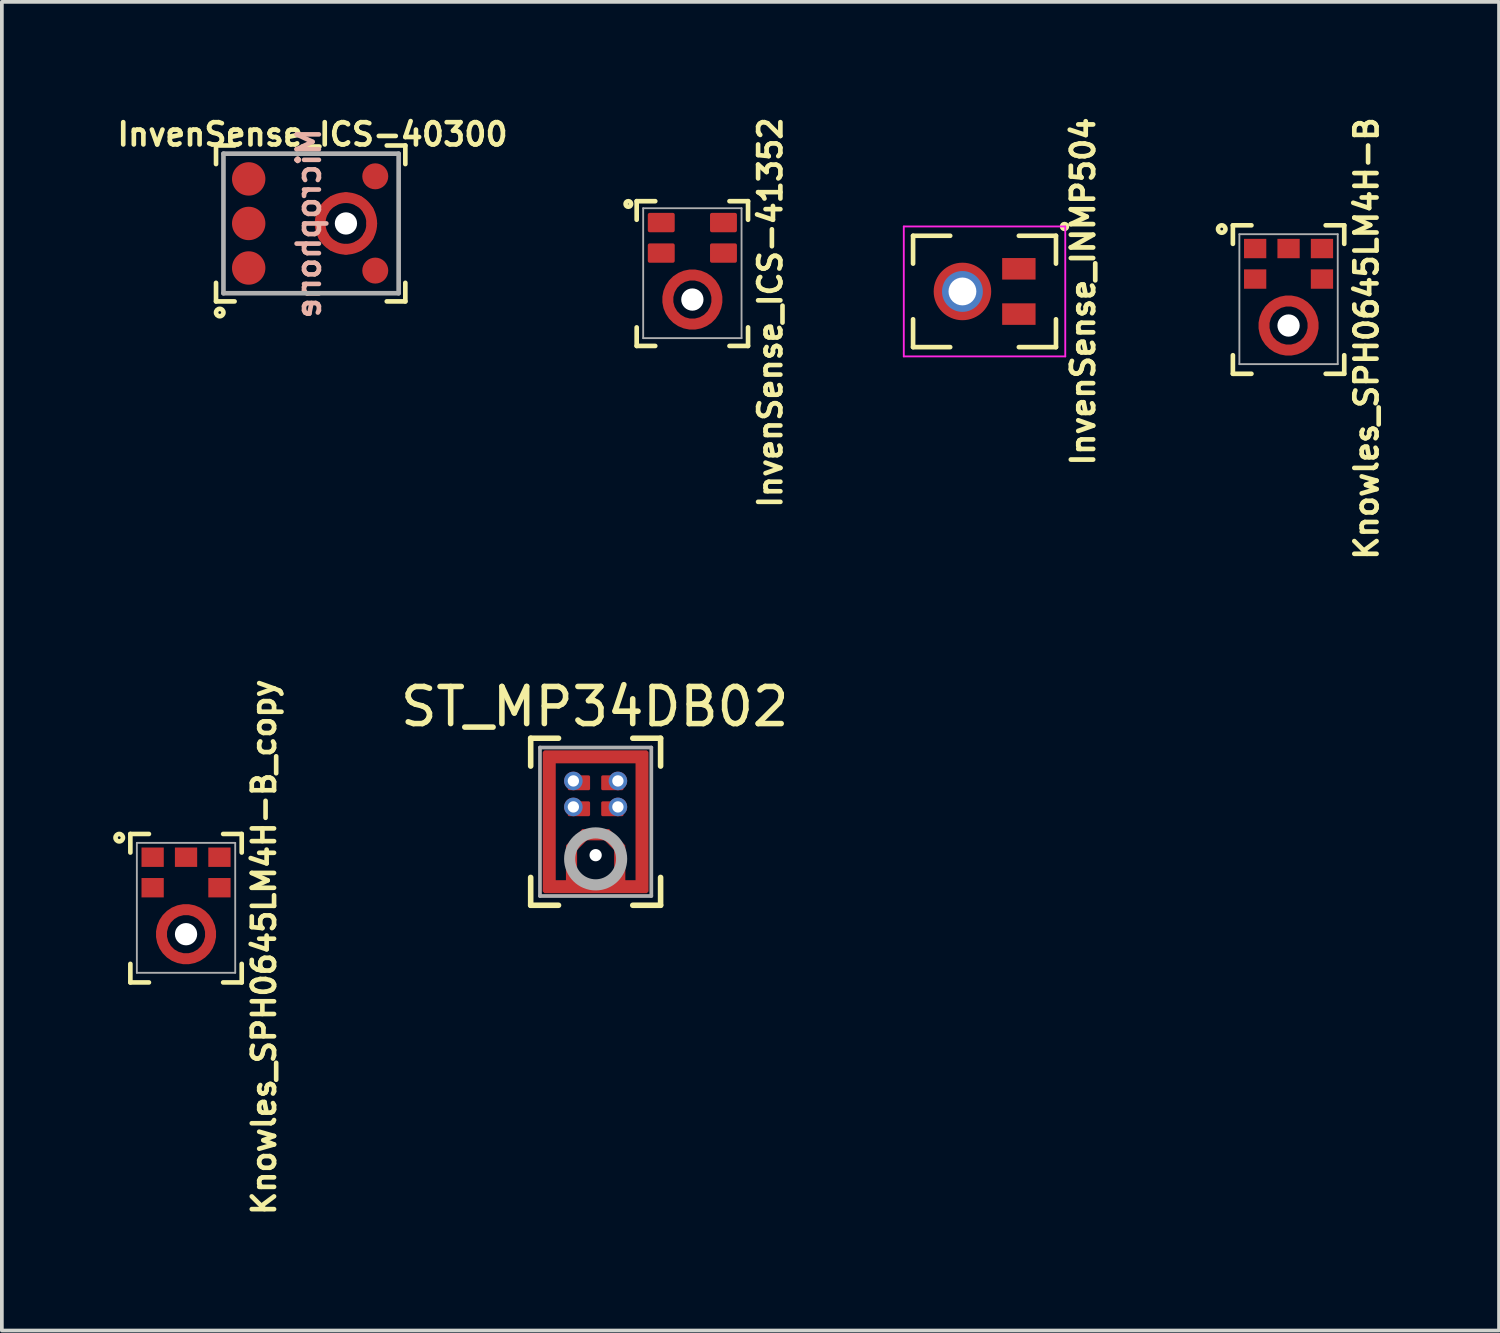
<source format=kicad_pcb>
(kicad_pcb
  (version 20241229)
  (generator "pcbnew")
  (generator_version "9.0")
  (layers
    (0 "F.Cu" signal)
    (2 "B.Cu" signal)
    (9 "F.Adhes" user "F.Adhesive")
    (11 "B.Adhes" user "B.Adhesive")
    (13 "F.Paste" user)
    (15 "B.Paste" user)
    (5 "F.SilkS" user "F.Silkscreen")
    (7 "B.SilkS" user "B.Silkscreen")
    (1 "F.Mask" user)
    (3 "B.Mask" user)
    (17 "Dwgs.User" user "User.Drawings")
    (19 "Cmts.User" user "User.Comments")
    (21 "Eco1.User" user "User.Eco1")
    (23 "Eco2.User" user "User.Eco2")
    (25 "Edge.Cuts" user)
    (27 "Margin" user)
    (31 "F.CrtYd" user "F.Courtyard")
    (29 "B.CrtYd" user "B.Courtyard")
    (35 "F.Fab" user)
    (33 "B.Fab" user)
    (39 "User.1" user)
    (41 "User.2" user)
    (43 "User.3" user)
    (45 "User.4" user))
  (footprint "Knowles_SPH0645LM4H-B"
    (layer "F.Cu")
    (at 31.665 5.72)
    (property "Reference" "Knowles_SPH0645LM4H-B" (at 2.1 0.35 270) (layer "F.SilkS") (effects (font (size 0.6 0.6) (thickness 0.125))))
    (attr smd)
    (fp_circle (center 0 0) (end 0.662 0) (stroke (width 0.4) (type solid)) (fill no) (layer "F.Mask"))
    (fp_line (start -1.5 -2.7) (end -1.5 -2.2) (stroke (width 0.125) (type solid)) (layer "F.SilkS"))
    (fp_line (start -1.5 -2.7) (end -1 -2.7) (stroke (width 0.125) (type solid)) (layer "F.SilkS"))
    (fp_line (start -1.5 1.3) (end -1.5 0.8) (stroke (width 0.125) (type solid)) (layer "F.SilkS"))
    (fp_line (start -1.5 1.3) (end -1 1.3) (stroke (width 0.125) (type solid)) (layer "F.SilkS"))
    (fp_line (start 1.5 -2.7) (end 1 -2.7) (stroke (width 0.125) (type solid)) (layer "F.SilkS"))
    (fp_line (start 1.5 -2.2) (end 1.5 -2.7) (stroke (width 0.125) (type solid)) (layer "F.SilkS"))
    (fp_line (start 1.5 0.8) (end 1.5 1.3) (stroke (width 0.125) (type solid)) (layer "F.SilkS"))
    (fp_line (start 1.5 1.3) (end 1 1.3) (stroke (width 0.125) (type solid)) (layer "F.SilkS"))
    (fp_circle (center -1.8 -2.6) (end -1.8 -2.7) (stroke (width 0.125) (type solid)) (fill no) (layer "F.SilkS"))
    (fp_arc (start -0.65 0) (mid -0.600522 -0.248744) (end -0.459619 -0.459619) (stroke (width 0.25) (type solid)) (layer "F.Paste"))
    (fp_arc (start 0 -0.65) (mid 0.248744 -0.600522) (end 0.459619 -0.459619) (stroke (width 0.25) (type solid)) (layer "F.Paste"))
    (fp_arc (start 0 0.65) (mid -0.248744 0.600522) (end -0.459619 0.459619) (stroke (width 0.25) (type solid)) (layer "F.Paste"))
    (fp_arc (start 0.65 0) (mid 0.600522 0.248744) (end 0.459619 0.459619) (stroke (width 0.25) (type solid)) (layer "F.Paste"))
    (fp_line (start -1.325 -2.46) (end 1.325 -2.46) (stroke (width 0.05) (type solid)) (layer "F.Fab"))
    (fp_line (start -1.325 1.04) (end -1.325 -2.46) (stroke (width 0.05) (type solid)) (layer "F.Fab"))
    (fp_line (start -1.325 1.04) (end 1.325 1.04) (stroke (width 0.05) (type solid)) (layer "F.Fab"))
    (fp_line (start 1.325 1.04) (end 1.325 -2.46) (stroke (width 0.05) (type solid)) (layer "F.Fab"))
    (pad "" np_thru_hole circle (at 0 0) (size 0.6 0.6) (drill 0.6) (layers "*.Cu" "*.Mask"))
    (pad "1" smd rect (at -0.9 -2.074) (size 0.6 0.522) (layers "F.Cu" "F.Mask" "F.Paste"))
    (pad "2" smd rect (at -0.9 -1.252) (size 0.6 0.522) (layers "F.Cu" "F.Mask" "F.Paste"))
    (pad "3" smd custom (at 0 0.662) (size 0.25 0.25) (layers "F.Cu") (options (anchor circle)) (primitives (gr_circle (center 0 -0.662) (end 0.662 -0.662) (width 0.3) (fill no))))
    (pad "4" smd rect (at 0.9 -1.252) (size 0.6 0.522) (layers "F.Cu" "F.Mask" "F.Paste"))
    (pad "5" smd rect (at 0.9 -2.074) (size 0.6 0.522) (layers "F.Cu" "F.Mask" "F.Paste"))
    (pad "6" smd rect (at 0 -2.074) (size 0.6 0.522) (layers "F.Cu" "F.Mask" "F.Paste")))
  (footprint "InvenSense_INMP504"
    (layer "F.Cu")
    (at 22.879 4.802)
    (property "Reference" "InvenSense_INMP504" (at 3.25 0 90) (layer "F.SilkS") (effects (font (size 0.6 0.6) (thickness 0.127))))
    (attr smd)
    (fp_line (start -1.33 -1.5) (end -1.33 -0.75) (stroke (width 0.125) (type solid)) (layer "F.SilkS"))
    (fp_line (start -1.33 -1.5) (end -0.33 -1.5) (stroke (width 0.125) (type solid)) (layer "F.SilkS"))
    (fp_line (start -1.33 1.5) (end -1.33 0.75) (stroke (width 0.125) (type solid)) (layer "F.SilkS"))
    (fp_line (start -1.33 1.5) (end -0.33 1.5) (stroke (width 0.125) (type solid)) (layer "F.SilkS"))
    (fp_line (start 1.52 -1.5) (end 2.52 -1.5) (stroke (width 0.125) (type solid)) (layer "F.SilkS"))
    (fp_line (start 2.52 -1.5) (end 2.52 -0.75) (stroke (width 0.125) (type solid)) (layer "F.SilkS"))
    (fp_line (start 2.52 0.75) (end 2.52 1.5) (stroke (width 0.125) (type solid)) (layer "F.SilkS"))
    (fp_line (start 2.52 1.5) (end 1.52 1.5) (stroke (width 0.125) (type solid)) (layer "F.SilkS"))
    (fp_circle (center 2.75 -1.75) (end 2.75 -1.814) (stroke (width 0.127) (type solid)) (fill no) (layer "F.SilkS"))
    (fp_arc (start -0.625 0) (mid -0.566442 -0.264137) (end -0.401742 -0.478778) (stroke (width 0.25) (type solid)) (layer "F.Paste"))
    (fp_arc (start 0 -0.625) (mid 0.264137 -0.566442) (end 0.478778 -0.401742) (stroke (width 0.25) (type solid)) (layer "F.Paste"))
    (fp_arc (start 0 0.625) (mid -0.264137 0.566442) (end -0.478778 0.401742) (stroke (width 0.25) (type solid)) (layer "F.Paste"))
    (fp_arc (start 0.625 0) (mid 0.566442 0.264137) (end 0.401742 0.478778) (stroke (width 0.25) (type solid)) (layer "F.Paste"))
    (fp_line (start -1.58 -1.75) (end -1.58 1.75) (stroke (width 0.05) (type solid)) (layer "F.CrtYd"))
    (fp_line (start -1.58 -1.75) (end 2.77 -1.75) (stroke (width 0.05) (type solid)) (layer "F.CrtYd"))
    (fp_line (start -1.58 1.75) (end 2.77 1.75) (stroke (width 0.05) (type solid)) (layer "F.CrtYd"))
    (fp_line (start 2.77 -1.75) (end 2.77 1.75) (stroke (width 0.05) (type solid)) (layer "F.CrtYd"))
    (pad "" thru_hole circle (at 0 0) (size 1.1 1.1) (drill 0.75) (layers "*.Cu" "*.Mask"))
    (pad "" smd circle (at 0 0) (size 1.55 1.55) (layers "F.Cu" "F.Mask"))
    (pad "1" smd rect (at 1.52 -0.61) (size 0.9 0.58) (layers "F.Cu" "F.Mask" "F.Paste"))
    (pad "3" smd rect (at 1.52 0.61) (size 0.9 0.58) (layers "F.Cu" "F.Mask" "F.Paste")))
  (footprint "ST_MP34DB02"
    (layer "F.Cu")
    (at 12.997 19.089)
    (property "Reference" "ST_MP34DB02" (at -0.025 -3.1 0) (layer "F.SilkS") (effects (font (size 1 1) (thickness 0.15))))
    (attr through_hole)
    (fp_line (start -1.75 -2.25) (end -1.75 -1.5) (stroke (width 0.15) (type solid)) (layer "F.SilkS"))
    (fp_line (start -1.75 -2.25) (end -1 -2.25) (stroke (width 0.15) (type solid)) (layer "F.SilkS"))
    (fp_line (start -1.75 2.25) (end -1.75 1.5) (stroke (width 0.15) (type solid)) (layer "F.SilkS"))
    (fp_line (start -1 2.25) (end -1.75 2.25) (stroke (width 0.15) (type solid)) (layer "F.SilkS"))
    (fp_line (start 1.75 -2.25) (end 1 -2.25) (stroke (width 0.15) (type solid)) (layer "F.SilkS"))
    (fp_line (start 1.75 -2.25) (end 1.75 -1.5) (stroke (width 0.15) (type solid)) (layer "F.SilkS"))
    (fp_line (start 1.75 1.5) (end 1.75 2.25) (stroke (width 0.15) (type solid)) (layer "F.SilkS"))
    (fp_line (start 1.75 2.25) (end 1 2.25) (stroke (width 0.15) (type solid)) (layer "F.SilkS"))
    (fp_line (start -1.5 -2) (end -1.5 2) (stroke (width 0.1) (type solid)) (layer "F.Fab"))
    (fp_line (start -1.5 -2) (end 1.5 -2) (stroke (width 0.1) (type solid)) (layer "F.Fab"))
    (fp_line (start -1.5 2) (end 1.5 2) (stroke (width 0.1) (type solid)) (layer "F.Fab"))
    (fp_line (start 1.5 2) (end 1.5 -2) (stroke (width 0.1) (type solid)) (layer "F.Fab"))
    (fp_circle (center 0 1) (end 0 0.3) (stroke (width 0.3) (type solid)) (fill no) (layer "F.Fab"))
    (pad "" smd roundrect (at -1.25 -0.65 270) (size 1 0.3) (layers "F.Paste") (roundrect_rratio 0.1))
    (pad "" smd roundrect (at -1.25 0.65 270) (size 1 0.3) (layers "F.Paste") (roundrect_rratio 0.1))
    (pad "" smd roundrect (at -0.8 -1.75) (size 1.2 0.3) (layers "F.Paste") (roundrect_rratio 0.1))
    (pad "" smd roundrect (at -0.8 1.75) (size 1.2 0.3) (layers "F.Paste") (roundrect_rratio 0.1))
    (pad "" smd roundrect (at -0.65 1 270) (size 0.6 0.3) (layers "F.Paste") (roundrect_rratio 0.1))
    (pad "" smd roundrect (at 0 0.35) (size 0.7 0.3) (layers "F.Paste") (roundrect_rratio 0.1))
    (pad "" np_thru_hole circle (at 0 0.9) (size 0.33 0.33) (drill 0.33) (layers "*.Cu" "*.Mask"))
    (pad "" smd roundrect (at 0.65 1 90) (size 0.6 0.3) (layers "F.Paste") (roundrect_rratio 0.1))
    (pad "" smd roundrect (at 0.8 -1.75) (size 1.2 0.3) (layers "F.Paste") (roundrect_rratio 0.1))
    (pad "" smd roundrect (at 0.8 1.75) (size 1.2 0.3) (layers "F.Paste") (roundrect_rratio 0.1))
    (pad "" smd roundrect (at 1.25 -0.65 270) (size 1 0.3) (layers "F.Paste") (roundrect_rratio 0.1))
    (pad "" smd roundrect (at 1.25 0.65 270) (size 1 0.3) (layers "F.Paste") (roundrect_rratio 0.1))
    (pad "1" thru_hole circle (at -0.6 -1.1 315) (size 0.5 0.5) (drill 0.305) (layers "*.Cu" "F.Mask"))
    (pad "1" smd roundrect (at -0.45 -1.05) (size 0.6 0.4) (layers "F.Cu" "F.Mask" "F.Paste") (roundrect_rratio 0.1))
    (pad "2" thru_hole circle (at -0.6 -0.4 315) (size 0.5 0.5) (drill 0.305) (layers "*.Cu" "F.Mask"))
    (pad "2" smd roundrect (at -0.45 -0.35) (size 0.6 0.4) (layers "F.Cu" "F.Mask" "F.Paste") (roundrect_rratio 0.1))
    (pad "3" smd roundrect (at 0.45 -0.35) (size 0.6 0.4) (layers "F.Cu" "F.Mask" "F.Paste") (roundrect_rratio 0.1))
    (pad "3" thru_hole circle (at 0.6 -0.4 315) (size 0.5 0.5) (drill 0.305) (layers "*.Cu" "F.Mask"))
    (pad "4" smd roundrect (at 0.45 -1.05) (size 0.6 0.4) (layers "F.Cu" "F.Mask" "F.Paste") (roundrect_rratio 0.1))
    (pad "4" thru_hole circle (at 0.6 -1.1 315) (size 0.5 0.5) (drill 0.305) (layers "*.Cu" "F.Mask"))
    (pad "5" smd roundrect (at -1.25 0) (size 0.35 3.8) (layers "F.Cu" "F.Mask") (roundrect_rratio 0.1))
    (pad "5" smd roundrect (at -0.65 1.15) (size 0.3 1) (layers "F.Cu" "F.Mask") (roundrect_rratio 0.1))
    (pad "5" smd roundrect (at -0.475 0.525 315) (size 0.3 0.65) (layers "F.Cu" "F.Mask") (roundrect_rratio 0.1))
    (pad "5" smd roundrect (at 0 -1.75) (size 2.8 0.35) (layers "F.Cu" "F.Mask") (roundrect_rratio 0.1))
    (pad "5" smd roundrect (at 0 0.35) (size 0.75 0.3) (layers "F.Cu" "F.Mask") (roundrect_rratio 0.1))
    (pad "5" smd roundrect (at 0 1.75) (size 2.8 0.35) (layers "F.Cu" "F.Mask") (roundrect_rratio 0.1))
    (pad "5" smd roundrect (at 0.475 0.525 315) (size 0.65 0.3) (layers "F.Cu" "F.Mask") (roundrect_rratio 0.1))
    (pad "5" smd roundrect (at 0.65 1.15) (size 0.3 1) (layers "F.Cu" "F.Mask") (roundrect_rratio 0.1))
    (pad "5" smd roundrect (at 1.25 0) (size 0.35 3.8) (layers "F.Cu" "F.Mask") (roundrect_rratio 0.1)))
  (footprint "InvenSense_ICS-41352"
    (layer "F.Cu")
    (at 15.603 5.02)
    (property "Reference" "InvenSense_ICS-41352" (at 2.1 0.35 270) (layer "F.SilkS") (effects (font (size 0.6 0.6) (thickness 0.125))))
    (attr smd)
    (fp_circle (center 0 0) (end 0.662 0) (stroke (width 0.4) (type solid)) (fill no) (layer "F.Mask"))
    (fp_line (start -1.5 -2.65) (end -1.5 -2.15) (stroke (width 0.125) (type solid)) (layer "F.SilkS"))
    (fp_line (start -1.5 -2.65) (end -1 -2.65) (stroke (width 0.125) (type solid)) (layer "F.SilkS"))
    (fp_line (start -1.5 1.25) (end -1.5 0.75) (stroke (width 0.125) (type solid)) (layer "F.SilkS"))
    (fp_line (start -1.5 1.25) (end -1 1.25) (stroke (width 0.125) (type solid)) (layer "F.SilkS"))
    (fp_line (start 1.5 -2.65) (end 1 -2.65) (stroke (width 0.125) (type solid)) (layer "F.SilkS"))
    (fp_line (start 1.5 -2.15) (end 1.5 -2.65) (stroke (width 0.125) (type solid)) (layer "F.SilkS"))
    (fp_line (start 1.5 0.75) (end 1.5 1.25) (stroke (width 0.125) (type solid)) (layer "F.SilkS"))
    (fp_line (start 1.5 1.25) (end 1 1.25) (stroke (width 0.125) (type solid)) (layer "F.SilkS"))
    (fp_circle (center -1.725 -2.575) (end -1.725 -2.65) (stroke (width 0.125) (type solid)) (fill no) (layer "F.SilkS"))
    (fp_arc (start -0.65 0) (mid -0.600522 -0.248744) (end -0.459619 -0.459619) (stroke (width 0.25) (type solid)) (layer "F.Paste"))
    (fp_arc (start 0 -0.65) (mid 0.248744 -0.600522) (end 0.459619 -0.459619) (stroke (width 0.25) (type solid)) (layer "F.Paste"))
    (fp_arc (start 0 0.65) (mid -0.248744 0.600522) (end -0.459619 0.459619) (stroke (width 0.25) (type solid)) (layer "F.Paste"))
    (fp_arc (start 0.65 0) (mid 0.600522 0.248744) (end 0.459619 0.459619) (stroke (width 0.25) (type solid)) (layer "F.Paste"))
    (fp_line (start -1.325 -2.46) (end 1.325 -2.46) (stroke (width 0.05) (type solid)) (layer "F.Fab"))
    (fp_line (start -1.325 1.04) (end -1.325 -2.46) (stroke (width 0.05) (type solid)) (layer "F.Fab"))
    (fp_line (start -1.325 1.04) (end 1.325 1.04) (stroke (width 0.05) (type solid)) (layer "F.Fab"))
    (fp_line (start 1.325 1.04) (end 1.325 -2.46) (stroke (width 0.05) (type solid)) (layer "F.Fab"))
    (pad "" np_thru_hole circle (at 0 0) (size 0.6 0.6) (drill 0.6) (layers "*.Cu" "*.Mask"))
    (pad "1" smd roundrect (at -0.838 -2.074) (size 0.725 0.522) (layers "F.Cu" "F.Mask" "F.Paste") (roundrect_rratio 0.096))
    (pad "2" smd roundrect (at -0.838 -1.252) (size 0.725 0.522) (layers "F.Cu" "F.Mask" "F.Paste") (roundrect_rratio 0.096))
    (pad "3" smd custom (at 0 0.662) (size 0.25 0.25) (layers "F.Cu") (options (anchor circle)) (primitives (gr_circle (center 0 -0.662) (end 0.662 -0.662) (width 0.3) (fill no))))
    (pad "4" smd roundrect (at 0.838 -1.252) (size 0.725 0.522) (layers "F.Cu" "F.Mask" "F.Paste") (roundrect_rratio 0.096))
    (pad "5" smd roundrect (at 0.838 -2.074) (size 0.725 0.522) (layers "F.Cu" "F.Mask" "F.Paste") (roundrect_rratio 0.096)))
  (footprint "InvenSense_ICS-40300"
    (layer "F.Cu")
    (at 6.27 2.97)
    (property "Reference" "InvenSense_ICS-40300" (at -0.9 -2.4 0) (layer "F.SilkS") (effects (font (size 0.6 0.6) (thickness 0.125))))
    (attr smd)
    (fp_circle (center 0 0) (end 0.695 0) (stroke (width 0.29) (type solid)) (fill no) (layer "F.Cu"))
    (fp_circle (center 0 0) (end 0.695 0) (stroke (width 0.35) (type solid)) (fill no) (layer "F.Mask"))
    (fp_line (start -3.5 -2.1) (end -3.5 -1.6) (stroke (width 0.125) (type solid)) (layer "F.SilkS"))
    (fp_line (start -3.5 -2.1) (end -3 -2.1) (stroke (width 0.125) (type solid)) (layer "F.SilkS"))
    (fp_line (start -3.5 2.1) (end -3.5 1.6) (stroke (width 0.125) (type solid)) (layer "F.SilkS"))
    (fp_line (start -3.5 2.1) (end -3 2.1) (stroke (width 0.125) (type solid)) (layer "F.SilkS"))
    (fp_line (start 1.6 -2.1) (end 1.1 -2.1) (stroke (width 0.125) (type solid)) (layer "F.SilkS"))
    (fp_line (start 1.6 -2.1) (end 1.6 -1.6) (stroke (width 0.125) (type solid)) (layer "F.SilkS"))
    (fp_line (start 1.6 2.1) (end 1.1 2.1) (stroke (width 0.125) (type solid)) (layer "F.SilkS"))
    (fp_line (start 1.6 2.1) (end 1.6 1.6) (stroke (width 0.125) (type solid)) (layer "F.SilkS"))
    (fp_circle (center -3.4 2.4) (end -3.4 2.5) (stroke (width 0.125) (type solid)) (fill no) (layer "F.SilkS"))
    (fp_line (start -3.3 -1.88) (end -3.3 1.88) (stroke (width 0.125) (type solid)) (layer "F.Fab"))
    (fp_line (start -3.3 -1.88) (end 1.42 -1.88) (stroke (width 0.125) (type solid)) (layer "F.Fab"))
    (fp_line (start 1.42 -1.88) (end 1.42 1.88) (stroke (width 0.125) (type solid)) (layer "F.Fab"))
    (fp_line (start 1.42 1.88) (end -3.3 1.88) (stroke (width 0.125) (type solid)) (layer "F.Fab"))
    (fp_text user "Microphone" (at -1 0 90) (layer "B.SilkS") (effects (font (size 0.6 0.6) (thickness 0.125)) (justify mirror)))
    (pad "" np_thru_hole circle (at 0 0) (size 0.6 0.6) (drill 0.6) (layers "*.Cu" "*.Mask"))
    (pad "1" smd circle (at -2.62 1.2) (size 0.9 0.9) (layers "F.Cu" "F.Mask" "F.Paste"))
    (pad "2" smd circle (at 0.79 1.27) (size 0.7 0.7) (layers "F.Cu" "F.Mask" "F.Paste"))
    (pad "3" smd circle (at -0.695 0) (size 0.29 0.29) (layers "F.Cu" "F.Paste"))
    (pad "3" smd circle (at -0.602 -0.347) (size 0.29 0.29) (layers "F.Cu" "F.Paste"))
    (pad "3" smd circle (at -0.602 0.347) (size 0.29 0.29) (layers "F.Cu" "F.Paste"))
    (pad "3" smd circle (at -0.347 -0.602) (size 0.29 0.29) (layers "F.Cu" "F.Paste"))
    (pad "3" smd circle (at -0.347 0.602) (size 0.29 0.29) (layers "F.Cu" "F.Paste"))
    (pad "3" smd circle (at 0 -0.695) (size 0.29 0.29) (layers "F.Cu" "F.Paste"))
    (pad "3" smd circle (at 0 0.695) (size 0.29 0.29) (layers "F.Cu" "F.Paste"))
    (pad "3" smd circle (at 0.347 -0.602) (size 0.29 0.29) (layers "F.Cu" "F.Paste"))
    (pad "3" smd circle (at 0.347 0.602) (size 0.29 0.29) (layers "F.Cu" "F.Paste"))
    (pad "3" smd circle (at 0.602 -0.347) (size 0.29 0.29) (layers "F.Cu" "F.Paste"))
    (pad "3" smd circle (at 0.602 0.347) (size 0.29 0.29) (layers "F.Cu" "F.Paste"))
    (pad "3" smd circle (at 0.695 0) (size 0.29 0.29) (layers "F.Cu" "F.Paste"))
    (pad "4" smd circle (at 0.79 -1.27) (size 0.7 0.7) (layers "F.Cu" "F.Mask" "F.Paste"))
    (pad "5" smd circle (at -2.62 -1.2) (size 0.9 0.9) (layers "F.Cu" "F.Mask" "F.Paste"))
    (pad "6" smd circle (at -2.62 0) (size 0.9 0.9) (layers "F.Cu" "F.Mask" "F.Paste")))
  (footprint "Knowles_SPH0645LM4H-B_copy"
    (layer "F.Cu")
    (at 1.962 22.118)
    (property "Reference" "Knowles_SPH0645LM4H-B_copy" (at 2.1 0.35 270) (layer "F.SilkS") (effects (font (size 0.6 0.6) (thickness 0.125))))
    (attr smd)
    (fp_circle (center 0 0) (end 0.662 0) (stroke (width 0.4) (type solid)) (fill no) (layer "F.Mask"))
    (fp_line (start -1.5 -2.7) (end -1.5 -2.2) (stroke (width 0.125) (type solid)) (layer "F.SilkS"))
    (fp_line (start -1.5 -2.7) (end -1 -2.7) (stroke (width 0.125) (type solid)) (layer "F.SilkS"))
    (fp_line (start -1.5 1.3) (end -1.5 0.8) (stroke (width 0.125) (type solid)) (layer "F.SilkS"))
    (fp_line (start -1.5 1.3) (end -1 1.3) (stroke (width 0.125) (type solid)) (layer "F.SilkS"))
    (fp_line (start 1.5 -2.7) (end 1 -2.7) (stroke (width 0.125) (type solid)) (layer "F.SilkS"))
    (fp_line (start 1.5 -2.2) (end 1.5 -2.7) (stroke (width 0.125) (type solid)) (layer "F.SilkS"))
    (fp_line (start 1.5 0.8) (end 1.5 1.3) (stroke (width 0.125) (type solid)) (layer "F.SilkS"))
    (fp_line (start 1.5 1.3) (end 1 1.3) (stroke (width 0.125) (type solid)) (layer "F.SilkS"))
    (fp_circle (center -1.8 -2.6) (end -1.8 -2.7) (stroke (width 0.125) (type solid)) (fill no) (layer "F.SilkS"))
    (fp_arc (start -0.65 0) (mid -0.600522 -0.248744) (end -0.459619 -0.459619) (stroke (width 0.25) (type solid)) (layer "F.Paste"))
    (fp_arc (start 0 -0.65) (mid 0.248744 -0.600522) (end 0.459619 -0.459619) (stroke (width 0.25) (type solid)) (layer "F.Paste"))
    (fp_arc (start 0 0.65) (mid -0.248744 0.600522) (end -0.459619 0.459619) (stroke (width 0.25) (type solid)) (layer "F.Paste"))
    (fp_arc (start 0.65 0) (mid 0.600522 0.248744) (end 0.459619 0.459619) (stroke (width 0.25) (type solid)) (layer "F.Paste"))
    (fp_line (start -1.325 -2.46) (end 1.325 -2.46) (stroke (width 0.05) (type solid)) (layer "F.Fab"))
    (fp_line (start -1.325 1.04) (end -1.325 -2.46) (stroke (width 0.05) (type solid)) (layer "F.Fab"))
    (fp_line (start -1.325 1.04) (end 1.325 1.04) (stroke (width 0.05) (type solid)) (layer "F.Fab"))
    (fp_line (start 1.325 1.04) (end 1.325 -2.46) (stroke (width 0.05) (type solid)) (layer "F.Fab"))
    (pad "" np_thru_hole circle (at 0 0) (size 0.6 0.6) (drill 0.6) (layers "*.Cu" "*.Mask"))
    (pad "1" smd rect (at -0.9 -2.074) (size 0.6 0.522) (layers "F.Cu" "F.Mask" "F.Paste"))
    (pad "2" smd rect (at -0.9 -1.252) (size 0.6 0.522) (layers "F.Cu" "F.Mask" "F.Paste"))
    (pad "3" smd custom (at 0 0.662) (size 0.25 0.25) (layers "F.Cu") (options (anchor circle)) (primitives (gr_circle (center 0 -0.662) (end 0.662 -0.662) (width 0.3) (fill no))))
    (pad "4" smd rect (at 0.9 -1.252) (size 0.6 0.522) (layers "F.Cu" "F.Mask" "F.Paste"))
    (pad "5" smd rect (at 0.9 -2.074) (size 0.6 0.522) (layers "F.Cu" "F.Mask" "F.Paste"))
    (pad "6" smd rect (at 0 -2.074) (size 0.6 0.522) (layers "F.Cu" "F.Mask" "F.Paste")))
  (gr_rect
    (start -3 -3)
    (end 37.335 32.796)
    (stroke (width 0.1) (type default))
    (fill no)
    (layer "Edge.Cuts")))
</source>
